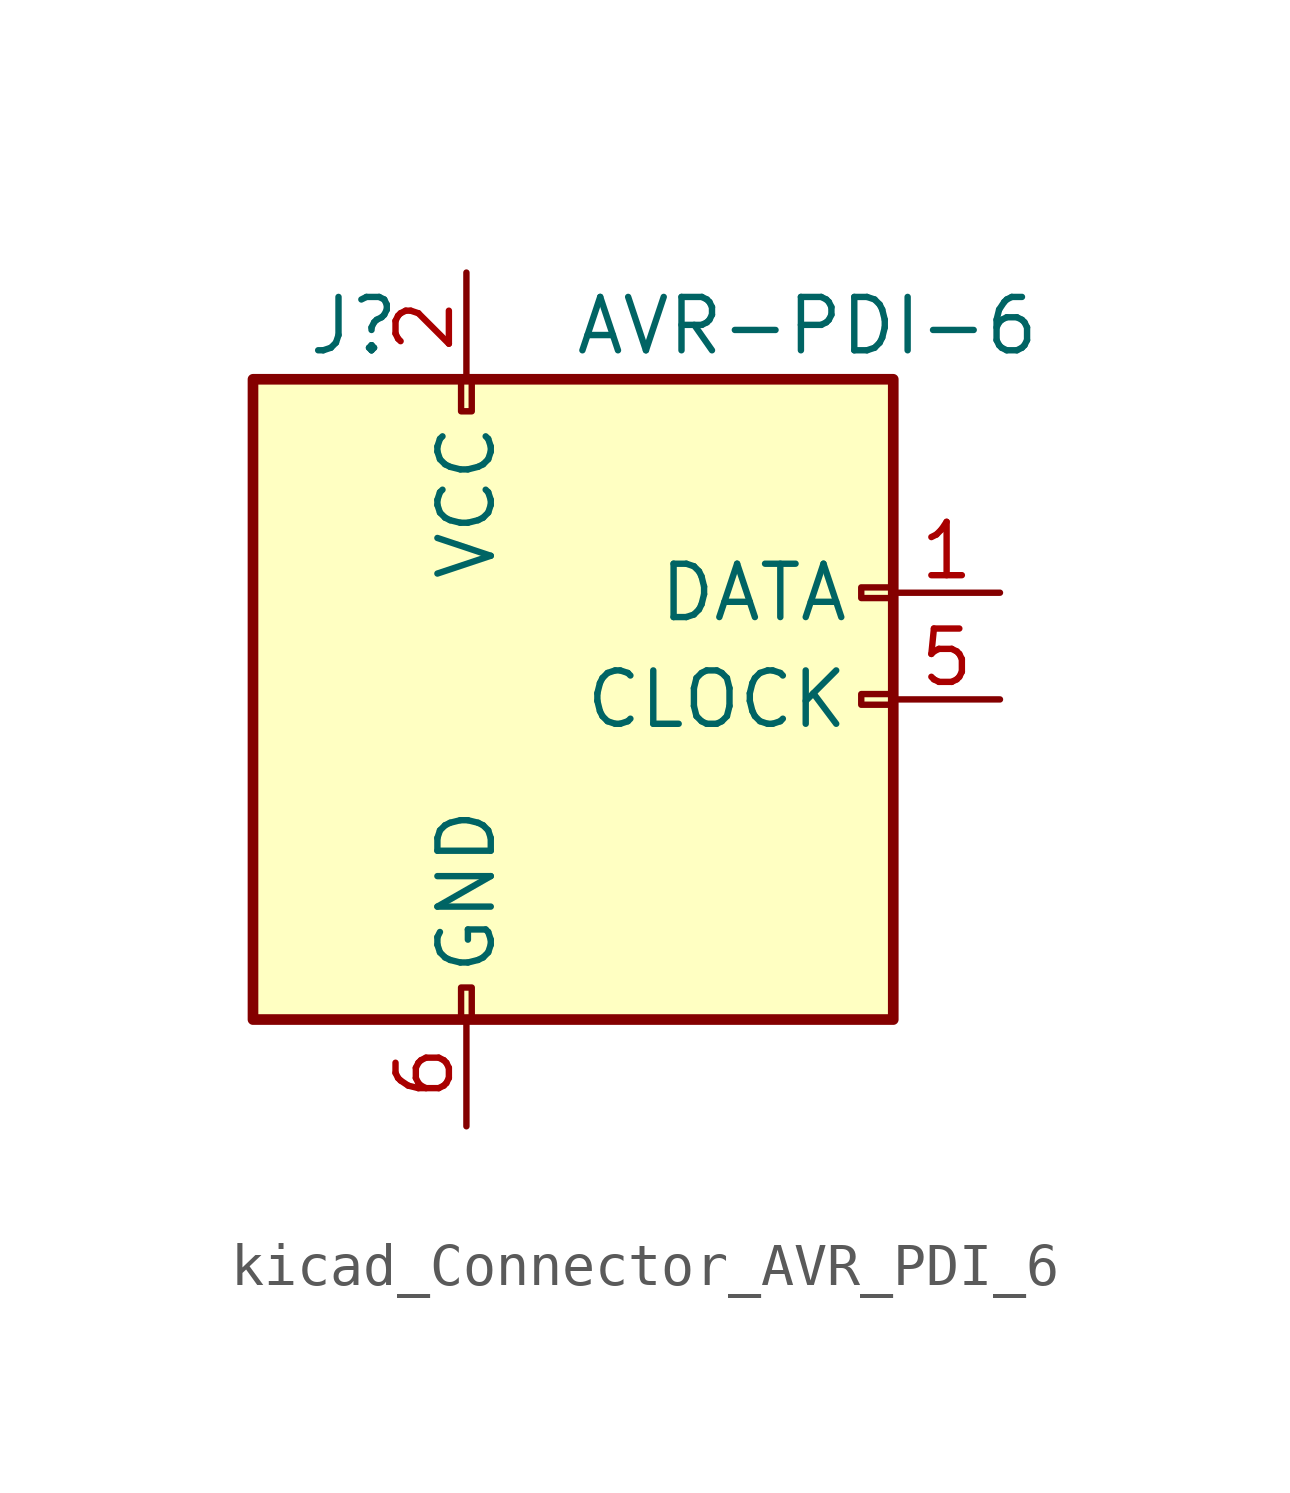
<source format=kicad_sym>
(kicad_symbol_lib
  (version 20220914)
  (generator kicad_symbol_editor)
  (symbol "kicad_Connector_AVR_PDI_6"
    (pin_names
      (offset 1.016))
    (property "Reference" "J"
      (at -6.35 8.89 0)
      (effects (font (size 1.27 1.27)) (justify left)))
    (property "Value" "AVR-PDI-6"
      (at 0 8.89 0)
      (effects (font (size 1.27 1.27)) (justify left)))
    (symbol "kicad_Connector_AVR_PDI_6_0_1"
      (rectangle (start -2.667 -6.858) (end -2.413 -7.62) (stroke (width 0) (type default)) (fill (type none)))
      (rectangle (start -2.667 7.62) (end -2.413 6.858) (stroke (width 0) (type default)) (fill (type none)))
      (rectangle (start 7.62 0.127) (end 6.858 -0.127) (stroke (width 0) (type default)) (fill (type none)))
      (rectangle (start 7.62 2.667) (end 6.858 2.413) (stroke (width 0) (type default)) (fill (type none)))
      (rectangle (start 7.62 7.62) (end -7.62 -7.62) (stroke (width 0.254) (type default)) (fill (type background))))
    (symbol "kicad_Connector_AVR_PDI_6_1_1"
      (pin passive line (at 10.16 2.54 180) (length 2.54) (name "DATA" (effects (font (size 1.27 1.27)))) (number "1" (effects (font (size 1.27 1.27)))))
      (pin passive line (at -2.54 10.16 270) (length 2.54) (name "VCC" (effects (font (size 1.27 1.27)))) (number "2" (effects (font (size 1.27 1.27)))))
      (pin no_connect line (at 7.62 -2.54 180) (length 2.54) hide (name "NC" (effects (font (size 1.27 1.27)))) (number "3" (effects (font (size 1.27 1.27)))))
      (pin no_connect line (at 7.62 -5.08 180) (length 2.54) hide (name "NC" (effects (font (size 1.27 1.27)))) (number "4" (effects (font (size 1.27 1.27)))))
      (pin passive line (at 10.16 0 180) (length 2.54) (name "CLOCK" (effects (font (size 1.27 1.27)))) (number "5" (effects (font (size 1.27 1.27)))))
      (pin passive line (at -2.54 -10.16 90) (length 2.54) (name "GND" (effects (font (size 1.27 1.27)))) (number "6" (effects (font (size 1.27 1.27))))))))
</source>
